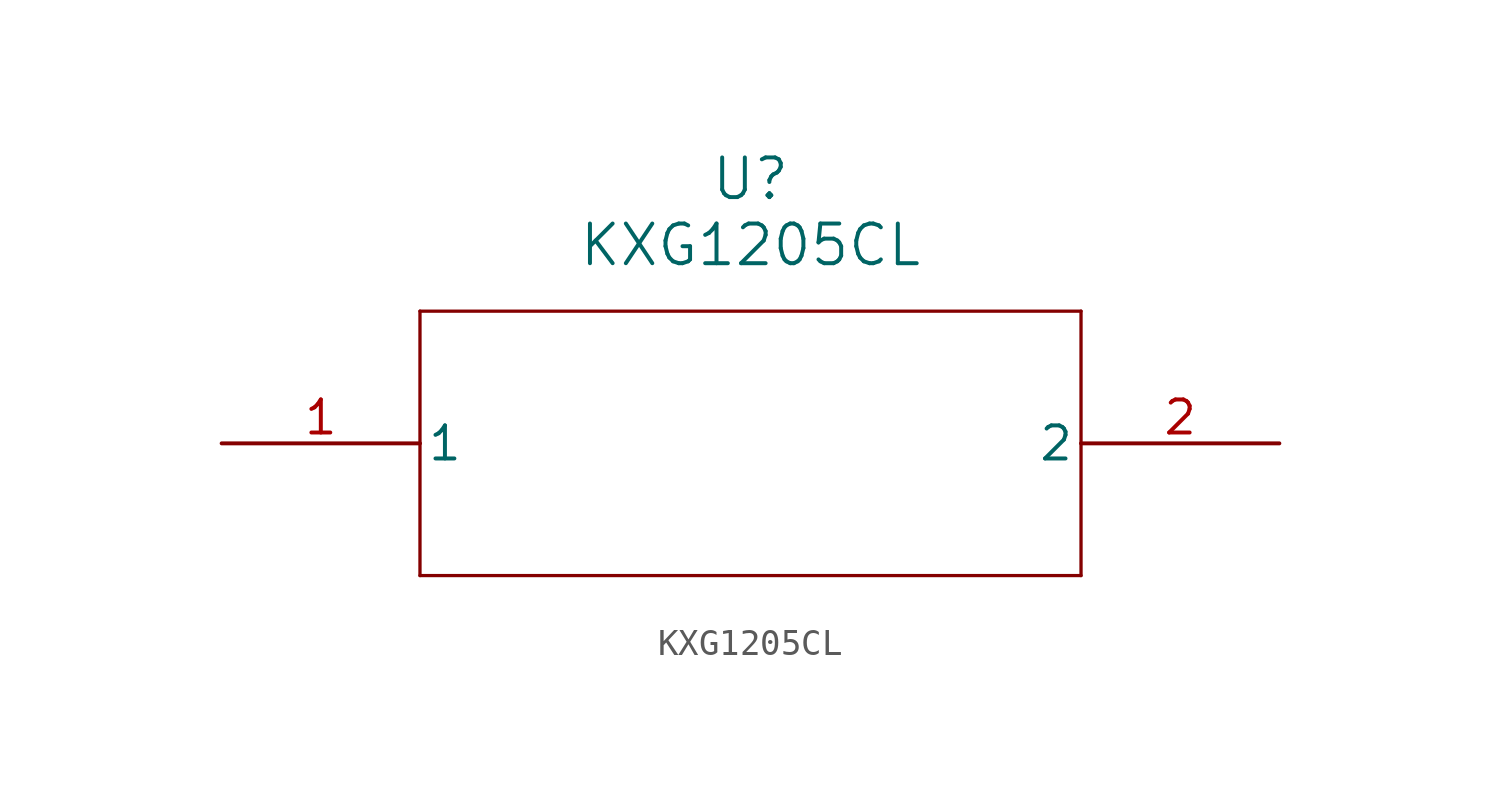
<source format=kicad_sym>
(kicad_symbol_lib
  (version 20211014)
  (generator kicad_symbol_editor)
  (symbol "KXG1205CL"
    (pin_names
      (offset 0.254))
    (property "Reference" "U"
      (at 20.32 10.16 0)
      (effects (font (size 1.524 1.524))))
    (property "Value" "KXG1205CL"
      (at 20.32 7.62 0)
      (effects (font (size 1.524 1.524))))
    (symbol "KXG1205CL_0_1"
      (polyline (pts (xy 7.62 5.08) (xy 7.62 -5.08)) (stroke (width 0.127) (type default) (color 0 0 0 0)) (fill (type none)))
      (polyline (pts (xy 7.62 -5.08) (xy 33.02 -5.08)) (stroke (width 0.127) (type default) (color 0 0 0 0)) (fill (type none)))
      (polyline (pts (xy 33.02 -5.08) (xy 33.02 5.08)) (stroke (width 0.127) (type default) (color 0 0 0 0)) (fill (type none)))
      (polyline (pts (xy 33.02 5.08) (xy 7.62 5.08)) (stroke (width 0.127) (type default) (color 0 0 0 0)) (fill (type none)))
      (pin unspecified line (at 0 0 0) (length 7.62) (name "1" (effects (font (size 1.27 1.27)))) (number "1" (effects (font (size 1.27 1.27)))))
      (pin unspecified line (at 40.64 0 180) (length 7.62) (name "2" (effects (font (size 1.27 1.27)))) (number "2" (effects (font (size 1.27 1.27))))))))
</source>
